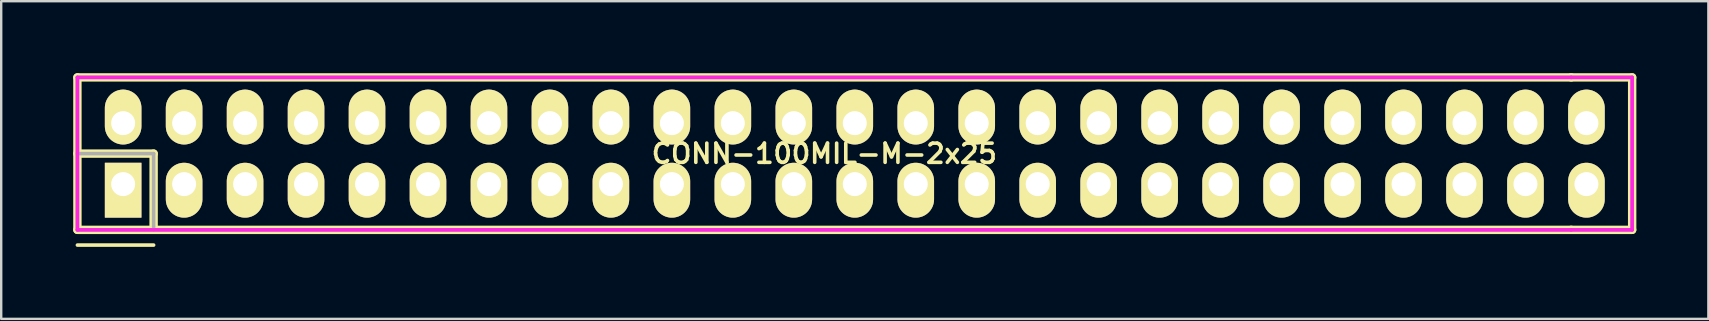
<source format=kicad_pcb>
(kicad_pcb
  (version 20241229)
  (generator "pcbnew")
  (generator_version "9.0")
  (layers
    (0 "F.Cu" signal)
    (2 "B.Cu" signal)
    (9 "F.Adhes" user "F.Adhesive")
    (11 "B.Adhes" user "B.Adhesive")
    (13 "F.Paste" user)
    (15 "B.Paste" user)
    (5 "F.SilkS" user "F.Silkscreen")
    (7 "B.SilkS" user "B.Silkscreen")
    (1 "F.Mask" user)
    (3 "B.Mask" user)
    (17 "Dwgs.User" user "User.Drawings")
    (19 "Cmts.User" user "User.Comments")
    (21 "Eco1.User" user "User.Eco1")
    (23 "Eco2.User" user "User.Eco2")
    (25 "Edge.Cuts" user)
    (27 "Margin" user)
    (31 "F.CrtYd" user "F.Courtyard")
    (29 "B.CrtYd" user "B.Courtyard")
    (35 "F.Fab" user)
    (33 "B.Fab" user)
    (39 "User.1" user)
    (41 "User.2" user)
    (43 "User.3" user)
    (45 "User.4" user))
  (footprint "CONN-100MIL-M-2x25"
    (layer "F.Cu")
    (at 31.29 3.35)
    (property "Reference" "CONN-100MIL-M-2x25" (at 0 0 0) (layer "F.SilkS") (effects (font (size 0.8 0.8) (thickness 0.15))))
    (attr through_hole)
    (fp_line (start -31.115 -3.175) (end 31.115 -3.175) (stroke (width 0.35) (type solid)) (layer "F.SilkS"))
    (fp_line (start -31.115 0) (end -27.94 0) (stroke (width 0.35) (type solid)) (layer "F.SilkS"))
    (fp_line (start -31.115 3.175) (end -31.115 -3.175) (stroke (width 0.35) (type solid)) (layer "F.SilkS"))
    (fp_line (start -31.115 3.81) (end -27.94 3.81) (stroke (width 0.15) (type solid)) (layer "F.SilkS"))
    (fp_line (start -27.94 0) (end -27.94 3.175) (stroke (width 0.35) (type solid)) (layer "F.SilkS"))
    (fp_line (start 31.115 -3.175) (end 33.655 -3.175) (stroke (width 0.35) (type solid)) (layer "F.SilkS"))
    (fp_line (start 31.115 3.175) (end -31.115 3.175) (stroke (width 0.35) (type solid)) (layer "F.SilkS"))
    (fp_line (start 31.115 3.175) (end 33.655 3.175) (stroke (width 0.35) (type solid)) (layer "F.SilkS"))
    (fp_line (start 33.655 -3.175) (end 33.655 3.175) (stroke (width 0.35) (type solid)) (layer "F.SilkS"))
    (fp_line (start -31.115 -3.175) (end 31.115 -3.175) (stroke (width 0.15) (type solid)) (layer "F.CrtYd"))
    (fp_line (start -31.115 3.175) (end -31.115 -3.175) (stroke (width 0.15) (type solid)) (layer "F.CrtYd"))
    (fp_line (start 31.115 -3.175) (end 33.655 -3.175) (stroke (width 0.15) (type solid)) (layer "F.CrtYd"))
    (fp_line (start 31.115 3.175) (end -31.115 3.175) (stroke (width 0.15) (type solid)) (layer "F.CrtYd"))
    (fp_line (start 31.115 3.175) (end 33.655 3.175) (stroke (width 0.15) (type solid)) (layer "F.CrtYd"))
    (fp_line (start 33.655 -3.175) (end 33.655 3.175) (stroke (width 0.15) (type solid)) (layer "F.CrtYd"))
    (fp_line (start -31.115 -3.175) (end 31.115 -3.175) (stroke (width 0.15) (type solid)) (layer "F.Fab"))
    (fp_line (start -31.115 0) (end -27.94 0) (stroke (width 0.15) (type solid)) (layer "F.Fab"))
    (fp_line (start -31.115 3.175) (end -31.115 -3.175) (stroke (width 0.15) (type solid)) (layer "F.Fab"))
    (fp_line (start -27.94 0) (end -27.94 3.175) (stroke (width 0.15) (type solid)) (layer "F.Fab"))
    (fp_line (start 31.115 -3.175) (end 33.655 -3.175) (stroke (width 0.15) (type solid)) (layer "F.Fab"))
    (fp_line (start 31.115 3.175) (end -31.115 3.175) (stroke (width 0.15) (type solid)) (layer "F.Fab"))
    (fp_line (start 31.115 3.175) (end 33.655 3.175) (stroke (width 0.15) (type solid)) (layer "F.Fab"))
    (fp_line (start 33.655 -3.175) (end 33.655 3.175) (stroke (width 0.15) (type solid)) (layer "F.Fab"))
    (pad "1" thru_hole rect (at -29.21 1.27) (size 1.524 2.286) (drill 1 (offset 0 0.254)) (layers "*.Cu" "*.Mask" "F.SilkS"))
    (pad "2" thru_hole oval (at -29.21 -1.27) (size 1.524 2.286) (drill 1 (offset 0 -0.254)) (layers "*.Cu" "*.Mask" "F.SilkS"))
    (pad "3" thru_hole oval (at -26.67 1.27) (size 1.524 2.286) (drill 1 (offset 0 0.254)) (layers "*.Cu" "*.Mask" "F.SilkS"))
    (pad "4" thru_hole oval (at -26.67 -1.27) (size 1.524 2.286) (drill 1 (offset 0 -0.254)) (layers "*.Cu" "*.Mask" "F.SilkS"))
    (pad "5" thru_hole oval (at -24.13 1.27) (size 1.524 2.286) (drill 1 (offset 0 0.254)) (layers "*.Cu" "*.Mask" "F.SilkS"))
    (pad "6" thru_hole oval (at -24.13 -1.27) (size 1.524 2.286) (drill 1 (offset 0 -0.254)) (layers "*.Cu" "*.Mask" "F.SilkS"))
    (pad "7" thru_hole oval (at -21.59 1.27) (size 1.524 2.286) (drill 1 (offset 0 0.254)) (layers "*.Cu" "*.Mask" "F.SilkS"))
    (pad "8" thru_hole oval (at -21.59 -1.27) (size 1.524 2.286) (drill 1 (offset 0 -0.254)) (layers "*.Cu" "*.Mask" "F.SilkS"))
    (pad "9" thru_hole oval (at -19.05 1.27) (size 1.524 2.286) (drill 1 (offset 0 0.254)) (layers "*.Cu" "*.Mask" "F.SilkS"))
    (pad "10" thru_hole oval (at -19.05 -1.27) (size 1.524 2.286) (drill 1 (offset 0 -0.254)) (layers "*.Cu" "*.Mask" "F.SilkS"))
    (pad "11" thru_hole oval (at -16.51 1.27) (size 1.524 2.286) (drill 1 (offset 0 0.254)) (layers "*.Cu" "*.Mask" "F.SilkS"))
    (pad "12" thru_hole oval (at -16.51 -1.27) (size 1.524 2.286) (drill 1 (offset 0 -0.254)) (layers "*.Cu" "*.Mask" "F.SilkS"))
    (pad "13" thru_hole oval (at -13.97 1.27) (size 1.524 2.286) (drill 1 (offset 0 0.254)) (layers "*.Cu" "*.Mask" "F.SilkS"))
    (pad "14" thru_hole oval (at -13.97 -1.27) (size 1.524 2.286) (drill 1 (offset 0 -0.254)) (layers "*.Cu" "*.Mask" "F.SilkS"))
    (pad "15" thru_hole oval (at -11.43 1.27) (size 1.524 2.286) (drill 1 (offset 0 0.254)) (layers "*.Cu" "*.Mask" "F.SilkS"))
    (pad "16" thru_hole oval (at -11.43 -1.27) (size 1.524 2.286) (drill 1 (offset 0 -0.254)) (layers "*.Cu" "*.Mask" "F.SilkS"))
    (pad "17" thru_hole oval (at -8.89 1.27) (size 1.524 2.286) (drill 1 (offset 0 0.254)) (layers "*.Cu" "*.Mask" "F.SilkS"))
    (pad "18" thru_hole oval (at -8.89 -1.27) (size 1.524 2.286) (drill 1 (offset 0 -0.254)) (layers "*.Cu" "*.Mask" "F.SilkS"))
    (pad "19" thru_hole oval (at -6.35 1.27) (size 1.524 2.286) (drill 1 (offset 0 0.254)) (layers "*.Cu" "*.Mask" "F.SilkS"))
    (pad "20" thru_hole oval (at -6.35 -1.27) (size 1.524 2.286) (drill 1 (offset 0 -0.254)) (layers "*.Cu" "*.Mask" "F.SilkS"))
    (pad "21" thru_hole oval (at -3.81 1.27) (size 1.524 2.286) (drill 1 (offset 0 0.254)) (layers "*.Cu" "*.Mask" "F.SilkS"))
    (pad "22" thru_hole oval (at -3.81 -1.27) (size 1.524 2.286) (drill 1 (offset 0 -0.254)) (layers "*.Cu" "*.Mask" "F.SilkS"))
    (pad "23" thru_hole oval (at -1.27 1.27) (size 1.524 2.286) (drill 1 (offset 0 0.254)) (layers "*.Cu" "*.Mask" "F.SilkS"))
    (pad "24" thru_hole oval (at -1.27 -1.27) (size 1.524 2.286) (drill 1 (offset 0 -0.254)) (layers "*.Cu" "*.Mask" "F.SilkS"))
    (pad "25" thru_hole oval (at 1.27 1.27) (size 1.524 2.286) (drill 1 (offset 0 0.254)) (layers "*.Cu" "*.Mask" "F.SilkS"))
    (pad "26" thru_hole oval (at 1.27 -1.27) (size 1.524 2.286) (drill 1 (offset 0 -0.254)) (layers "*.Cu" "*.Mask" "F.SilkS"))
    (pad "27" thru_hole oval (at 3.81 1.27) (size 1.524 2.286) (drill 1 (offset 0 0.254)) (layers "*.Cu" "*.Mask" "F.SilkS"))
    (pad "28" thru_hole oval (at 3.81 -1.27) (size 1.524 2.286) (drill 1 (offset 0 -0.254)) (layers "*.Cu" "*.Mask" "F.SilkS"))
    (pad "29" thru_hole oval (at 6.35 1.27) (size 1.524 2.286) (drill 1 (offset 0 0.254)) (layers "*.Cu" "*.Mask" "F.SilkS"))
    (pad "30" thru_hole oval (at 6.35 -1.27) (size 1.524 2.286) (drill 1 (offset 0 -0.254)) (layers "*.Cu" "*.Mask" "F.SilkS"))
    (pad "31" thru_hole oval (at 8.89 1.27) (size 1.524 2.286) (drill 1 (offset 0 0.254)) (layers "*.Cu" "*.Mask" "F.SilkS"))
    (pad "32" thru_hole oval (at 8.89 -1.27) (size 1.524 2.286) (drill 1 (offset 0 -0.254)) (layers "*.Cu" "*.Mask" "F.SilkS"))
    (pad "33" thru_hole oval (at 11.43 1.27) (size 1.524 2.286) (drill 1 (offset 0 0.254)) (layers "*.Cu" "*.Mask" "F.SilkS"))
    (pad "34" thru_hole oval (at 11.43 -1.27) (size 1.524 2.286) (drill 1 (offset 0 -0.254)) (layers "*.Cu" "*.Mask" "F.SilkS"))
    (pad "35" thru_hole oval (at 13.97 1.27) (size 1.524 2.286) (drill 1 (offset 0 0.254)) (layers "*.Cu" "*.Mask" "F.SilkS"))
    (pad "36" thru_hole oval (at 13.97 -1.27) (size 1.524 2.286) (drill 1 (offset 0 -0.254)) (layers "*.Cu" "*.Mask" "F.SilkS"))
    (pad "37" thru_hole oval (at 16.51 1.27) (size 1.524 2.286) (drill 1 (offset 0 0.254)) (layers "*.Cu" "*.Mask" "F.SilkS"))
    (pad "38" thru_hole oval (at 16.51 -1.27) (size 1.524 2.286) (drill 1 (offset 0 -0.254)) (layers "*.Cu" "*.Mask" "F.SilkS"))
    (pad "39" thru_hole oval (at 19.05 1.27) (size 1.524 2.286) (drill 1 (offset 0 0.254)) (layers "*.Cu" "*.Mask" "F.SilkS"))
    (pad "40" thru_hole oval (at 19.05 -1.27) (size 1.524 2.286) (drill 1 (offset 0 -0.254)) (layers "*.Cu" "*.Mask" "F.SilkS"))
    (pad "41" thru_hole oval (at 21.59 1.27) (size 1.524 2.286) (drill 1 (offset 0 0.254)) (layers "*.Cu" "*.Mask" "F.SilkS"))
    (pad "42" thru_hole oval (at 21.59 -1.27) (size 1.524 2.286) (drill 1 (offset 0 -0.254)) (layers "*.Cu" "*.Mask" "F.SilkS"))
    (pad "43" thru_hole oval (at 24.13 1.27) (size 1.524 2.286) (drill 1 (offset 0 0.254)) (layers "*.Cu" "*.Mask" "F.SilkS"))
    (pad "44" thru_hole oval (at 24.13 -1.27) (size 1.524 2.286) (drill 1 (offset 0 -0.254)) (layers "*.Cu" "*.Mask" "F.SilkS"))
    (pad "45" thru_hole oval (at 26.67 1.27) (size 1.524 2.286) (drill 1 (offset 0 0.254)) (layers "*.Cu" "*.Mask" "F.SilkS"))
    (pad "46" thru_hole oval (at 26.67 -1.27) (size 1.524 2.286) (drill 1 (offset 0 -0.254)) (layers "*.Cu" "*.Mask" "F.SilkS"))
    (pad "47" thru_hole oval (at 29.21 1.27) (size 1.524 2.286) (drill 1 (offset 0 0.254)) (layers "*.Cu" "*.Mask" "F.SilkS"))
    (pad "48" thru_hole oval (at 29.21 -1.27) (size 1.524 2.286) (drill 1 (offset 0 -0.254)) (layers "*.Cu" "*.Mask" "F.SilkS"))
    (pad "49" thru_hole oval (at 31.75 1.27) (size 1.524 2.286) (drill 1 (offset 0 0.254)) (layers "*.Cu" "*.Mask" "F.SilkS"))
    (pad "50" thru_hole oval (at 31.75 -1.27) (size 1.524 2.286) (drill 1 (offset 0 -0.254)) (layers "*.Cu" "*.Mask" "F.SilkS")))
  (gr_rect
    (start -3 -3)
    (end 68.12 10.235)
    (stroke (width 0.1) (type default))
    (fill no)
    (layer "Edge.Cuts")))
</source>
